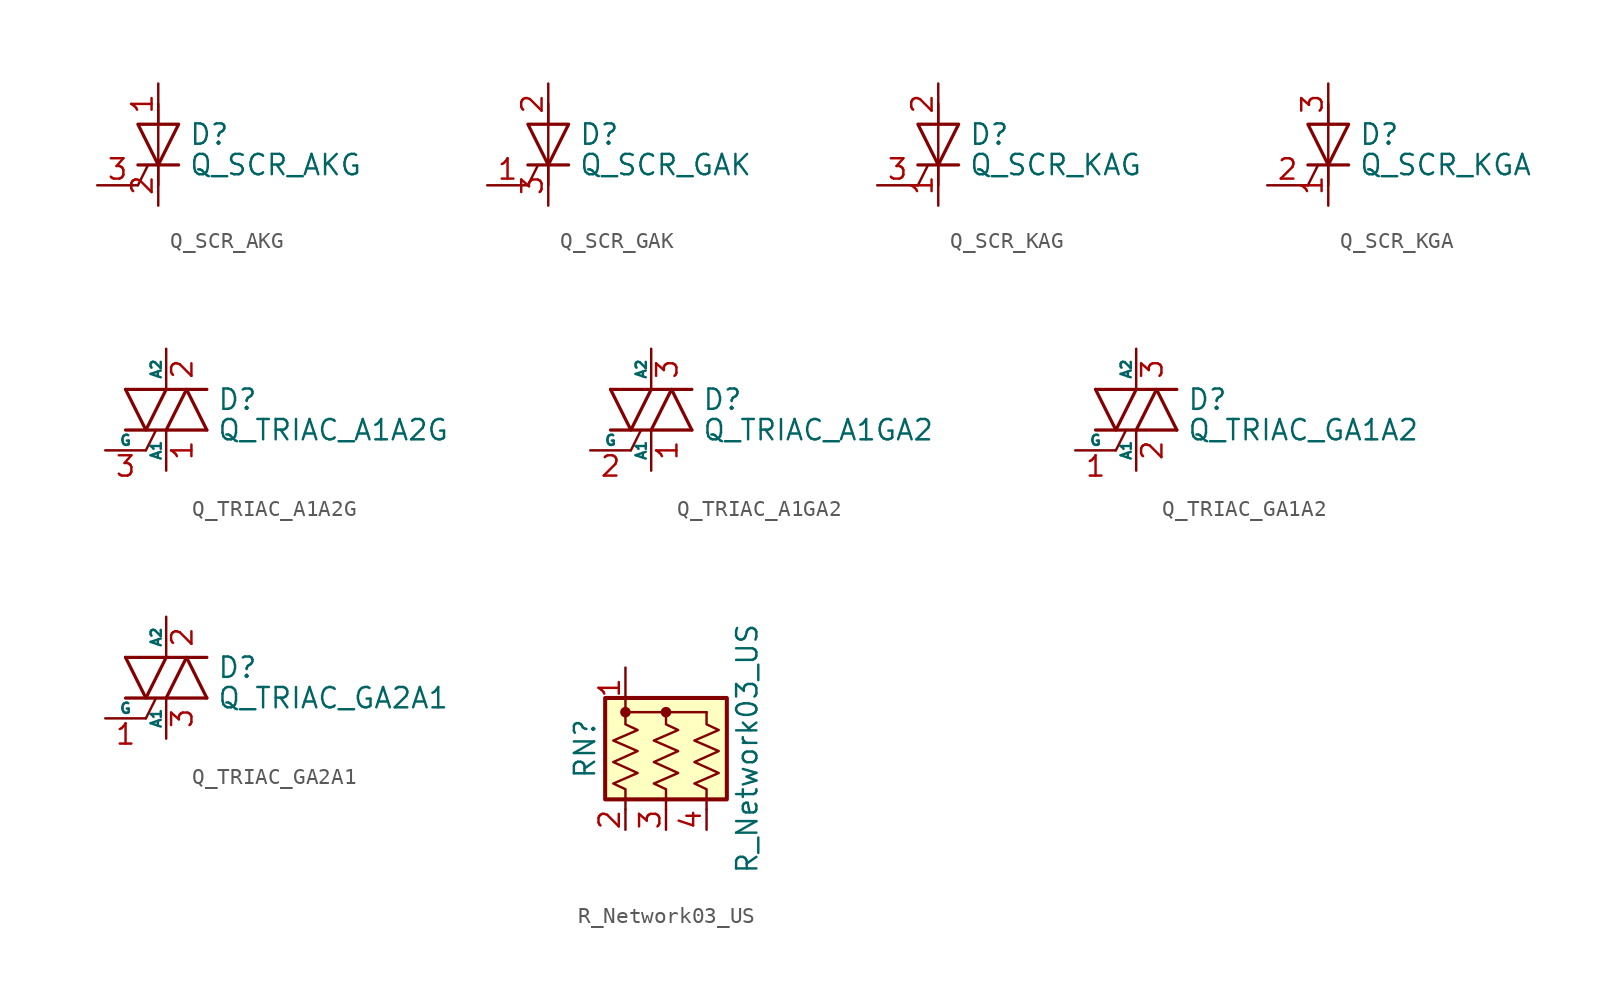
<source format=kicad_sym>
(kicad_symbol_lib
  (version 20220914)
  (generator kicad_symbol_editor)
  (symbol "Q_SCR_AKG"
    (pin_names
      (offset 0) hide)
    (property "Reference" "D"
      (at 1.905 0.635 0)
      (effects (font (size 1.27 1.27)) (justify left)))
    (property "Value" "Q_SCR_AKG"
      (at 1.905 -1.27 0)
      (effects (font (size 1.27 1.27)) (justify left)))
    (symbol "Q_SCR_AKG_0_1"
      (polyline (pts (xy -1.27 -2.54) (xy -0.635 -1.27)) (stroke (width 0) (type default)) (fill (type none)))
      (polyline (pts (xy -1.27 -1.27) (xy 1.27 -1.27)) (stroke (width 0.203) (type default)) (fill (type none)))
      (polyline (pts (xy 0 -2.54) (xy 0 2.54)) (stroke (width 0) (type default)) (fill (type none)))
      (polyline (pts (xy -1.27 1.27) (xy 1.27 1.27) (xy 0 -1.27) (xy -1.27 1.27)) (stroke (width 0.203) (type default)) (fill (type none))))
    (symbol "Q_SCR_AKG_1_1"
      (pin passive line (at 0 3.81 270) (length 2.54) (name "A" (effects (font (size 1.27 1.27)))) (number "1" (effects (font (size 1.27 1.27)))))
      (pin passive line (at 0 -3.81 90) (length 2.54) (name "K" (effects (font (size 1.27 1.27)))) (number "2" (effects (font (size 1.27 1.27)))))
      (pin input line (at -3.81 -2.54 0) (length 2.54) (name "G" (effects (font (size 1.27 1.27)))) (number "3" (effects (font (size 1.27 1.27)))))))
  (symbol "Q_SCR_GAK"
    (pin_names
      (offset 0) hide)
    (property "Reference" "D"
      (at 1.905 0.635 0)
      (effects (font (size 1.27 1.27)) (justify left)))
    (property "Value" "Q_SCR_GAK"
      (at 1.905 -1.27 0)
      (effects (font (size 1.27 1.27)) (justify left)))
    (symbol "Q_SCR_GAK_0_1"
      (polyline (pts (xy -1.27 -2.54) (xy -0.635 -1.27)) (stroke (width 0) (type default)) (fill (type none)))
      (polyline (pts (xy -1.27 -1.27) (xy 1.27 -1.27)) (stroke (width 0.203) (type default)) (fill (type none)))
      (polyline (pts (xy 0 -2.54) (xy 0 2.54)) (stroke (width 0) (type default)) (fill (type none)))
      (polyline (pts (xy -1.27 1.27) (xy 1.27 1.27) (xy 0 -1.27) (xy -1.27 1.27)) (stroke (width 0.203) (type default)) (fill (type none))))
    (symbol "Q_SCR_GAK_1_1"
      (pin input line (at -3.81 -2.54 0) (length 2.54) (name "G" (effects (font (size 1.27 1.27)))) (number "1" (effects (font (size 1.27 1.27)))))
      (pin passive line (at 0 3.81 270) (length 2.54) (name "A" (effects (font (size 1.27 1.27)))) (number "2" (effects (font (size 1.27 1.27)))))
      (pin passive line (at 0 -3.81 90) (length 2.54) (name "K" (effects (font (size 1.27 1.27)))) (number "3" (effects (font (size 1.27 1.27)))))))
  (symbol "Q_SCR_KAG"
    (pin_names
      (offset 0) hide)
    (property "Reference" "D"
      (at 1.905 0.635 0)
      (effects (font (size 1.27 1.27)) (justify left)))
    (property "Value" "Q_SCR_KAG"
      (at 1.905 -1.27 0)
      (effects (font (size 1.27 1.27)) (justify left)))
    (symbol "Q_SCR_KAG_0_1"
      (polyline (pts (xy -1.27 -2.54) (xy -0.635 -1.27)) (stroke (width 0) (type default)) (fill (type none)))
      (polyline (pts (xy -1.27 -1.27) (xy 1.27 -1.27)) (stroke (width 0.203) (type default)) (fill (type none)))
      (polyline (pts (xy 0 -2.54) (xy 0 2.54)) (stroke (width 0) (type default)) (fill (type none)))
      (polyline (pts (xy -1.27 1.27) (xy 1.27 1.27) (xy 0 -1.27) (xy -1.27 1.27)) (stroke (width 0.203) (type default)) (fill (type none))))
    (symbol "Q_SCR_KAG_1_1"
      (pin passive line (at 0 -3.81 90) (length 2.54) (name "K" (effects (font (size 1.27 1.27)))) (number "1" (effects (font (size 1.27 1.27)))))
      (pin passive line (at 0 3.81 270) (length 2.54) (name "A" (effects (font (size 1.27 1.27)))) (number "2" (effects (font (size 1.27 1.27)))))
      (pin input line (at -3.81 -2.54 0) (length 2.54) (name "G" (effects (font (size 1.27 1.27)))) (number "3" (effects (font (size 1.27 1.27)))))))
  (symbol "Q_SCR_KGA"
    (pin_names
      (offset 0) hide)
    (property "Reference" "D"
      (at 1.905 0.635 0)
      (effects (font (size 1.27 1.27)) (justify left)))
    (property "Value" "Q_SCR_KGA"
      (at 1.905 -1.27 0)
      (effects (font (size 1.27 1.27)) (justify left)))
    (symbol "Q_SCR_KGA_0_1"
      (polyline (pts (xy -1.27 -2.54) (xy -0.635 -1.27)) (stroke (width 0) (type default)) (fill (type none)))
      (polyline (pts (xy -1.27 -1.27) (xy 1.27 -1.27)) (stroke (width 0.203) (type default)) (fill (type none)))
      (polyline (pts (xy 0 -2.54) (xy 0 2.54)) (stroke (width 0) (type default)) (fill (type none)))
      (polyline (pts (xy -1.27 1.27) (xy 1.27 1.27) (xy 0 -1.27) (xy -1.27 1.27)) (stroke (width 0.203) (type default)) (fill (type none))))
    (symbol "Q_SCR_KGA_1_1"
      (pin passive line (at 0 -3.81 90) (length 2.54) (name "K" (effects (font (size 1.27 1.27)))) (number "1" (effects (font (size 1.27 1.27)))))
      (pin input line (at -3.81 -2.54 0) (length 2.54) (name "G" (effects (font (size 1.27 1.27)))) (number "2" (effects (font (size 1.27 1.27)))))
      (pin passive line (at 0 3.81 270) (length 2.54) (name "A" (effects (font (size 1.27 1.27)))) (number "3" (effects (font (size 1.27 1.27)))))))
  (symbol "Q_TRIAC_A1A2G"
    (pin_names
      (offset 0))
    (property "Reference" "D"
      (at 3.175 0.635 0)
      (effects (font (size 1.27 1.27)) (justify left)))
    (property "Value" "Q_TRIAC_A1A2G"
      (at 3.175 -1.27 0)
      (effects (font (size 1.27 1.27)) (justify left)))
    (symbol "Q_TRIAC_A1A2G_0_1"
      (polyline (pts (xy -2.54 -1.27) (xy 2.54 -1.27)) (stroke (width 0.203) (type default)) (fill (type none)))
      (polyline (pts (xy -2.54 1.27) (xy 2.54 1.27)) (stroke (width 0.203) (type default)) (fill (type none)))
      (polyline (pts (xy -1.27 -2.54) (xy -0.635 -1.27)) (stroke (width 0) (type default)) (fill (type none)))
      (polyline (pts (xy -2.54 1.27) (xy -1.27 -1.27) (xy 0 1.27)) (stroke (width 0.203) (type default)) (fill (type none)))
      (polyline (pts (xy 0 -1.27) (xy 1.27 1.27) (xy 2.54 -1.27)) (stroke (width 0.203) (type default)) (fill (type none))))
    (symbol "Q_TRIAC_A1A2G_1_1"
      (pin passive line (at 0 -3.81 90) (length 2.54) (name "A1" (effects (font (size 0.635 0.635)))) (number "1" (effects (font (size 1.27 1.27)))))
      (pin passive line (at 0 3.81 270) (length 2.54) (name "A2" (effects (font (size 0.635 0.635)))) (number "2" (effects (font (size 1.27 1.27)))))
      (pin input line (at -3.81 -2.54 0) (length 2.54) (name "G" (effects (font (size 0.635 0.635)))) (number "3" (effects (font (size 1.27 1.27)))))))
  (symbol "Q_TRIAC_A1GA2"
    (pin_names
      (offset 0))
    (property "Reference" "D"
      (at 3.175 0.635 0)
      (effects (font (size 1.27 1.27)) (justify left)))
    (property "Value" "Q_TRIAC_A1GA2"
      (at 3.175 -1.27 0)
      (effects (font (size 1.27 1.27)) (justify left)))
    (symbol "Q_TRIAC_A1GA2_0_1"
      (polyline (pts (xy -2.54 -1.27) (xy 2.54 -1.27)) (stroke (width 0.203) (type default)) (fill (type none)))
      (polyline (pts (xy -2.54 1.27) (xy 2.54 1.27)) (stroke (width 0.203) (type default)) (fill (type none)))
      (polyline (pts (xy -1.27 -2.54) (xy -0.635 -1.27)) (stroke (width 0) (type default)) (fill (type none)))
      (polyline (pts (xy -2.54 1.27) (xy -1.27 -1.27) (xy 0 1.27)) (stroke (width 0.203) (type default)) (fill (type none)))
      (polyline (pts (xy 0 -1.27) (xy 1.27 1.27) (xy 2.54 -1.27)) (stroke (width 0.203) (type default)) (fill (type none))))
    (symbol "Q_TRIAC_A1GA2_1_1"
      (pin passive line (at 0 -3.81 90) (length 2.54) (name "A1" (effects (font (size 0.635 0.635)))) (number "1" (effects (font (size 1.27 1.27)))))
      (pin input line (at -3.81 -2.54 0) (length 2.54) (name "G" (effects (font (size 0.635 0.635)))) (number "2" (effects (font (size 1.27 1.27)))))
      (pin passive line (at 0 3.81 270) (length 2.54) (name "A2" (effects (font (size 0.635 0.635)))) (number "3" (effects (font (size 1.27 1.27)))))))
  (symbol "Q_TRIAC_GA1A2"
    (pin_names
      (offset 0))
    (property "Reference" "D"
      (at 3.175 0.635 0)
      (effects (font (size 1.27 1.27)) (justify left)))
    (property "Value" "Q_TRIAC_GA1A2"
      (at 3.175 -1.27 0)
      (effects (font (size 1.27 1.27)) (justify left)))
    (symbol "Q_TRIAC_GA1A2_0_1"
      (polyline (pts (xy -2.54 -1.27) (xy 2.54 -1.27)) (stroke (width 0.203) (type default)) (fill (type none)))
      (polyline (pts (xy -2.54 1.27) (xy 2.54 1.27)) (stroke (width 0.203) (type default)) (fill (type none)))
      (polyline (pts (xy -1.27 -2.54) (xy -0.635 -1.27)) (stroke (width 0) (type default)) (fill (type none)))
      (polyline (pts (xy -2.54 1.27) (xy -1.27 -1.27) (xy 0 1.27)) (stroke (width 0.203) (type default)) (fill (type none)))
      (polyline (pts (xy 0 -1.27) (xy 1.27 1.27) (xy 2.54 -1.27)) (stroke (width 0.203) (type default)) (fill (type none))))
    (symbol "Q_TRIAC_GA1A2_1_1"
      (pin input line (at -3.81 -2.54 0) (length 2.54) (name "G" (effects (font (size 0.635 0.635)))) (number "1" (effects (font (size 1.27 1.27)))))
      (pin passive line (at 0 -3.81 90) (length 2.54) (name "A1" (effects (font (size 0.635 0.635)))) (number "2" (effects (font (size 1.27 1.27)))))
      (pin passive line (at 0 3.81 270) (length 2.54) (name "A2" (effects (font (size 0.635 0.635)))) (number "3" (effects (font (size 1.27 1.27)))))))
  (symbol "Q_TRIAC_GA2A1"
    (pin_names
      (offset 0))
    (property "Reference" "D"
      (at 3.175 0.635 0)
      (effects (font (size 1.27 1.27)) (justify left)))
    (property "Value" "Q_TRIAC_GA2A1"
      (at 3.175 -1.27 0)
      (effects (font (size 1.27 1.27)) (justify left)))
    (symbol "Q_TRIAC_GA2A1_0_1"
      (polyline (pts (xy -2.54 -1.27) (xy 2.54 -1.27)) (stroke (width 0.203) (type default)) (fill (type none)))
      (polyline (pts (xy -2.54 1.27) (xy 2.54 1.27)) (stroke (width 0.203) (type default)) (fill (type none)))
      (polyline (pts (xy -1.27 -2.54) (xy -0.635 -1.27)) (stroke (width 0) (type default)) (fill (type none)))
      (polyline (pts (xy -2.54 1.27) (xy -1.27 -1.27) (xy 0 1.27)) (stroke (width 0.203) (type default)) (fill (type none)))
      (polyline (pts (xy 0 -1.27) (xy 1.27 1.27) (xy 2.54 -1.27)) (stroke (width 0.203) (type default)) (fill (type none))))
    (symbol "Q_TRIAC_GA2A1_1_1"
      (pin input line (at -3.81 -2.54 0) (length 2.54) (name "G" (effects (font (size 0.635 0.635)))) (number "1" (effects (font (size 1.27 1.27)))))
      (pin passive line (at 0 3.81 270) (length 2.54) (name "A2" (effects (font (size 0.635 0.635)))) (number "2" (effects (font (size 1.27 1.27)))))
      (pin passive line (at 0 -3.81 90) (length 2.54) (name "A1" (effects (font (size 0.635 0.635)))) (number "3" (effects (font (size 1.27 1.27)))))))
  (symbol "R_Network03_US"
    (pin_names
      (offset 0) hide)
    (property "Reference" "RN"
      (at -5.08 0 90)
      (effects (font (size 1.27 1.27))))
    (property "Value" "R_Network03_US"
      (at 5.08 0 90)
      (effects (font (size 1.27 1.27))))
    (symbol "R_Network03_US_0_1"
      (rectangle (start -3.81 -3.175) (end 3.81 3.175) (stroke (width 0.254) (type default)) (fill (type background)))
      (circle (center -2.54 2.286) (radius 0.254) (stroke (width 0) (type default)) (fill (type outline)))
      (polyline (pts (xy -2.54 2.286) (xy 2.54 2.286)) (stroke (width 0) (type default)) (fill (type none)))
      (polyline (pts (xy -2.54 2.286) (xy -2.54 1.524) (xy -1.778 1.168) (xy -3.302 0.508) (xy -1.778 -0.152) (xy -3.302 -0.838) (xy -1.778 -1.524) (xy -3.302 -2.184) (xy -2.54 -2.54) (xy -2.54 -3.81)) (stroke (width 0) (type default)) (fill (type none)))
      (polyline (pts (xy 0 2.286) (xy 0 1.524) (xy 0.762 1.168) (xy -0.762 0.508) (xy 0.762 -0.152) (xy -0.762 -0.838) (xy 0.762 -1.524) (xy -0.762 -2.184) (xy 0 -2.54) (xy 0 -3.81)) (stroke (width 0) (type default)) (fill (type none)))
      (polyline (pts (xy 2.54 2.286) (xy 2.54 1.524) (xy 3.302 1.168) (xy 1.778 0.508) (xy 3.302 -0.152) (xy 1.778 -0.838) (xy 3.302 -1.524) (xy 1.778 -2.184) (xy 2.54 -2.54) (xy 2.54 -3.81)) (stroke (width 0) (type default)) (fill (type none)))
      (circle (center 0 2.286) (radius 0.254) (stroke (width 0) (type default)) (fill (type outline))))
    (symbol "R_Network03_US_1_1"
      (pin passive line (at -2.54 5.08 270) (length 2.54) (name "common" (effects (font (size 1.27 1.27)))) (number "1" (effects (font (size 1.27 1.27)))))
      (pin passive line (at -2.54 -5.08 90) (length 1.27) (name "R1" (effects (font (size 1.27 1.27)))) (number "2" (effects (font (size 1.27 1.27)))))
      (pin passive line (at 0 -5.08 90) (length 1.27) (name "R2" (effects (font (size 1.27 1.27)))) (number "3" (effects (font (size 1.27 1.27)))))
      (pin passive line (at 2.54 -5.08 90) (length 1.27) (name "R3" (effects (font (size 1.27 1.27)))) (number "4" (effects (font (size 1.27 1.27))))))))
</source>
